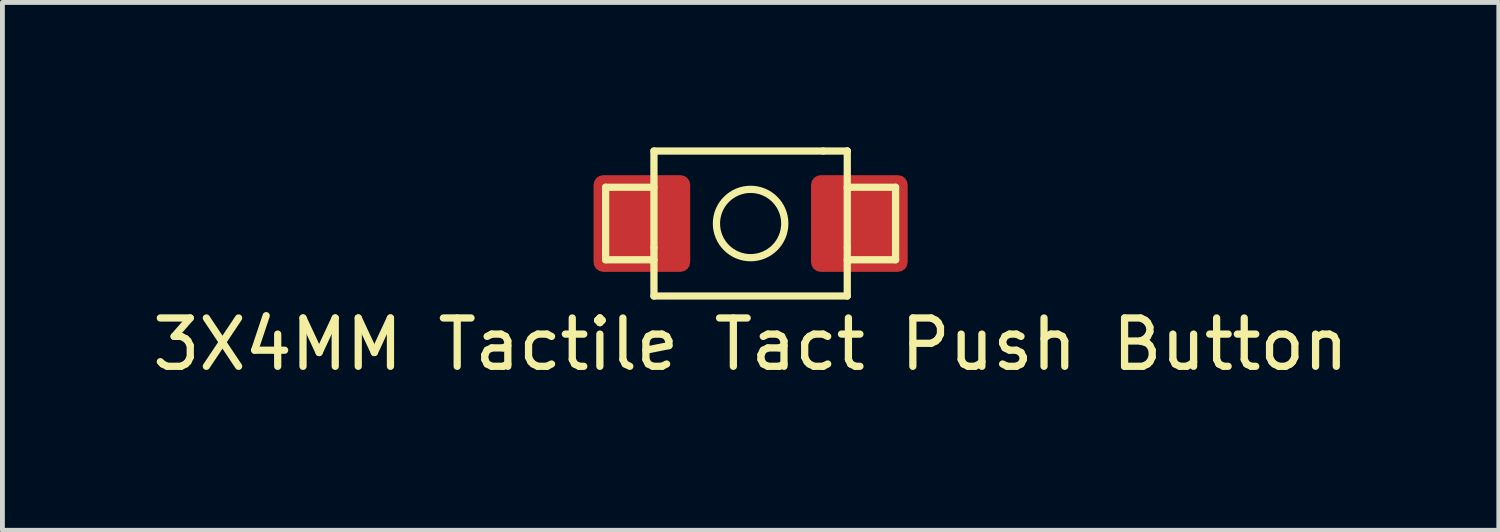
<source format=kicad_pcb>
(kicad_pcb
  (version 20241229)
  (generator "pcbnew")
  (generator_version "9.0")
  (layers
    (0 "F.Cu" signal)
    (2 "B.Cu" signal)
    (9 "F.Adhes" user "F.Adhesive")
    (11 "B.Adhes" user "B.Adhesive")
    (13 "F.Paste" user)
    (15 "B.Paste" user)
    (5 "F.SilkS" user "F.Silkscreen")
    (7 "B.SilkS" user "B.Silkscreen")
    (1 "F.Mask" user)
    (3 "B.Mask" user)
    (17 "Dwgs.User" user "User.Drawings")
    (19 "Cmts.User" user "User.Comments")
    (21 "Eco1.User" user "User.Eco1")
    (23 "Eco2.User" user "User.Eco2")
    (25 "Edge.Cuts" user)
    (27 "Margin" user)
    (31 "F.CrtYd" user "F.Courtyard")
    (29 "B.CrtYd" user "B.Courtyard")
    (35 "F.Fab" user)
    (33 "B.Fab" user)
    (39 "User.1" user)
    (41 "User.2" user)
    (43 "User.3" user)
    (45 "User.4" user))
  (footprint "3X4MM Tactile Tact Push Button"
    (layer "F.Cu")
    (at 12.482 1.575)
    (property "Reference" "3X4MM Tactile Tact Push Button" (at 0 2.5 0) (layer "F.SilkS") (effects (font (size 1 1) (thickness 0.15))))
    (attr through_hole)
    (fp_line (start -3 -0.75) (end -3 0.75) (stroke (width 0.15) (type solid)) (layer "F.SilkS"))
    (fp_line (start -3 0.75) (end -2 0.75) (stroke (width 0.15) (type solid)) (layer "F.SilkS"))
    (fp_line (start -2 -1.5) (end 1.5 -1.5) (stroke (width 0.15) (type solid)) (layer "F.SilkS"))
    (fp_line (start -2 -0.75) (end -3 -0.75) (stroke (width 0.15) (type solid)) (layer "F.SilkS"))
    (fp_line (start -2 0.5) (end -2 0.5) (stroke (width 0.15) (type solid)) (layer "F.SilkS"))
    (fp_line (start -2 1.5) (end -2 -1.5) (stroke (width 0.15) (type solid)) (layer "F.SilkS"))
    (fp_line (start 1.5 -1.5) (end 2 -1.5) (stroke (width 0.15) (type solid)) (layer "F.SilkS"))
    (fp_line (start 2 -1.5) (end 2 -1.5) (stroke (width 0.15) (type solid)) (layer "F.SilkS"))
    (fp_line (start 2 -1.5) (end 2 1.5) (stroke (width 0.15) (type solid)) (layer "F.SilkS"))
    (fp_line (start 2 -0.75) (end 3 -0.75) (stroke (width 0.15) (type solid)) (layer "F.SilkS"))
    (fp_line (start 2 0.5) (end 2 0.5) (stroke (width 0.15) (type solid)) (layer "F.SilkS"))
    (fp_line (start 2 1.5) (end -2 1.5) (stroke (width 0.15) (type solid)) (layer "F.SilkS"))
    (fp_line (start 3 -0.75) (end 3 0.75) (stroke (width 0.15) (type solid)) (layer "F.SilkS"))
    (fp_line (start 3 0.75) (end 2 0.75) (stroke (width 0.15) (type solid)) (layer "F.SilkS"))
    (fp_circle (center 0 0) (end -0.5 0.5) (stroke (width 0.15) (type solid)) (fill no) (layer "F.SilkS"))
    (pad "1" smd roundrect (at -2.25 0) (size 2 2) (layers "F.Cu" "F.Mask" "F.Paste") (roundrect_rratio 0.1))
    (pad "2" smd roundrect (at 2.25 0) (size 2 2) (layers "F.Cu" "F.Mask" "F.Paste") (roundrect_rratio 0.1)))
  (gr_rect
    (start -3 -3)
    (end 27.964 7.923)
    (stroke (width 0.1) (type default))
    (fill no)
    (layer "Edge.Cuts")))
</source>
